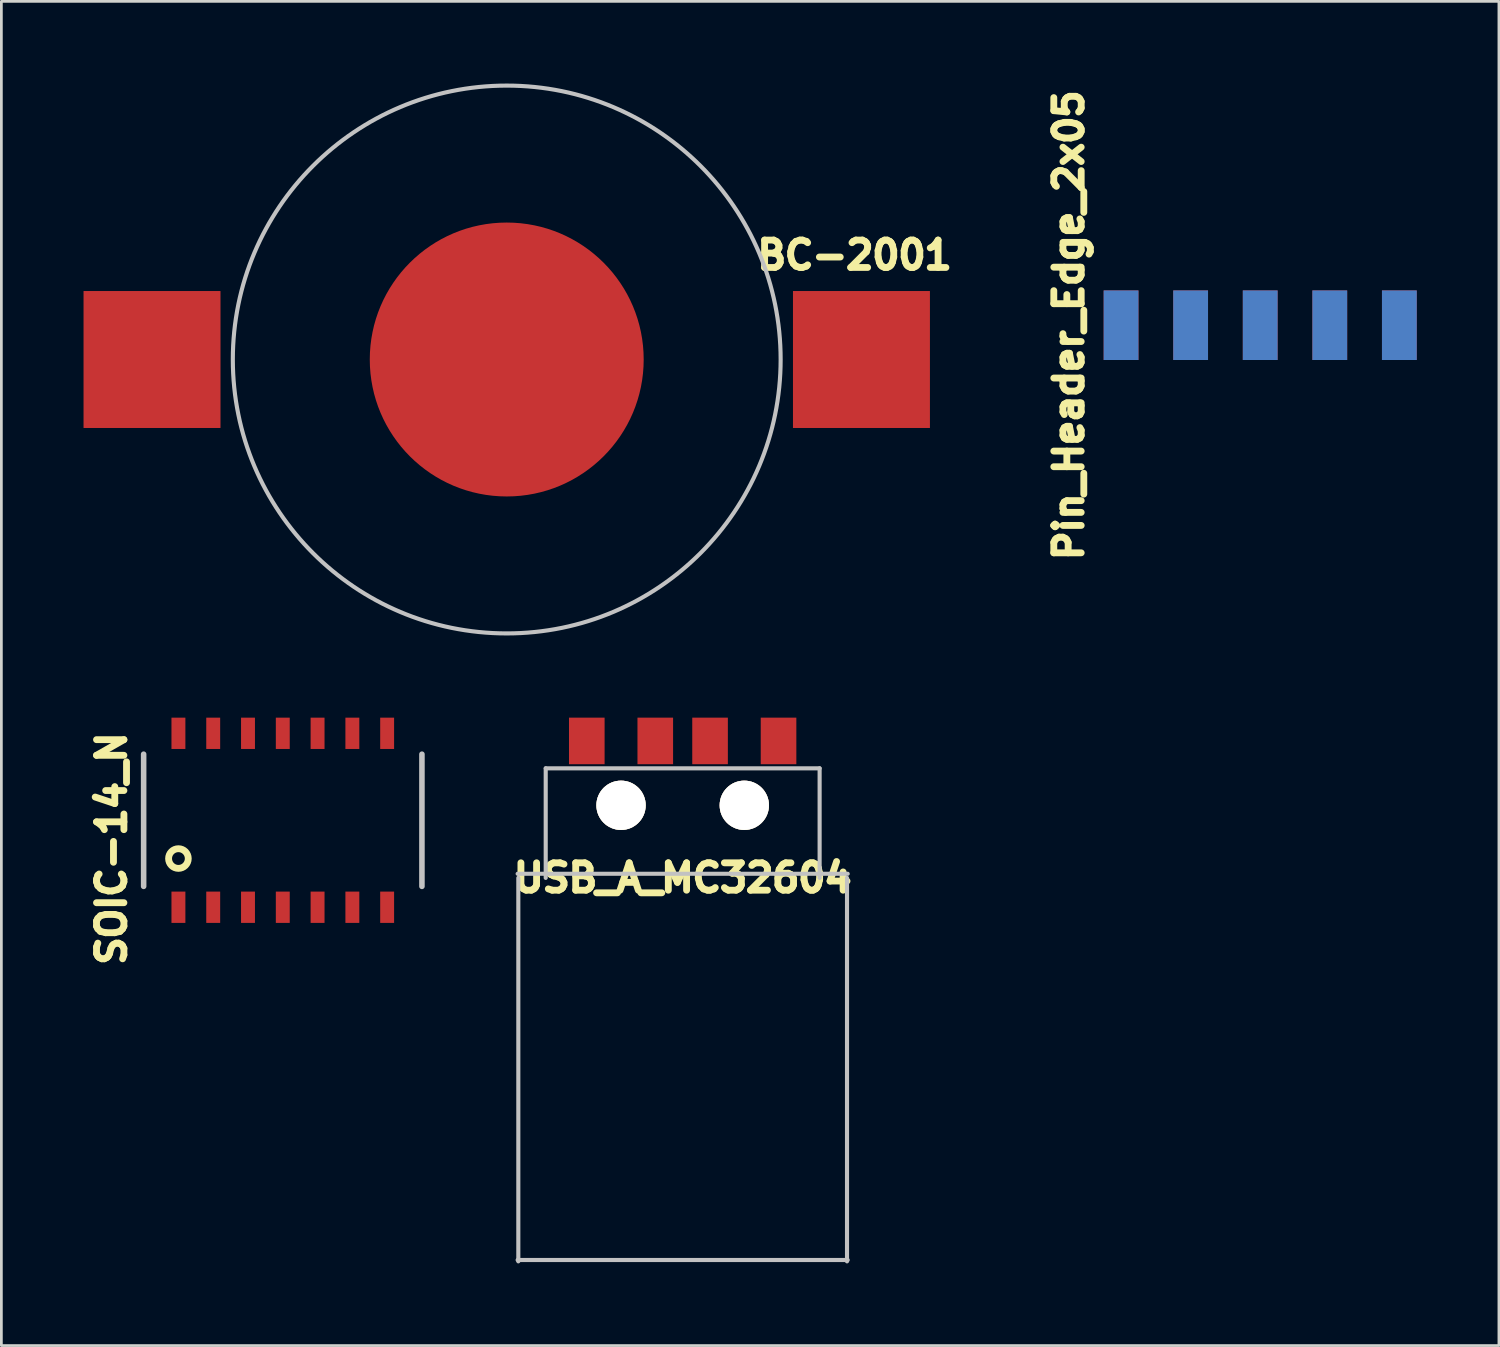
<source format=kicad_pcb>
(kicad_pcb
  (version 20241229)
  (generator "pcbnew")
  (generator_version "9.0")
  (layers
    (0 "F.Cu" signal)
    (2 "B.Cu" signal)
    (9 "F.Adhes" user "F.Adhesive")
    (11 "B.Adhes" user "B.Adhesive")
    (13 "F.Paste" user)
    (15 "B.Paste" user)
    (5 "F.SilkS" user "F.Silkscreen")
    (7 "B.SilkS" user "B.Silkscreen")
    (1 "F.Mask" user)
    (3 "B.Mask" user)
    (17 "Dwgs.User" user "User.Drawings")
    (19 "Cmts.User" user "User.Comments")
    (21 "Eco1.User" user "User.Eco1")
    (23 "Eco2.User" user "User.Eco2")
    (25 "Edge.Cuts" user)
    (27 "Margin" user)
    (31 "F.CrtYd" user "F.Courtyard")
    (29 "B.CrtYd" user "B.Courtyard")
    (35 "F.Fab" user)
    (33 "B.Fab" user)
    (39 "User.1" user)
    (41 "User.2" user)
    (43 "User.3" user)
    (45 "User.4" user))
  (footprint "SOIC-14_N"
    (layer "F.Cu")
    (at 7.274 26.77)
    (property "Reference" "SOIC-14_N" (at -6.25 1.16 90) (layer "F.SilkS") (effects (font (size 1 1) (thickness 0.25))))
    (attr smd)
    (fp_circle (center -3.81 1.524) (end -3.556 1.778) (stroke (width 0.25) (type solid)) (fill no) (layer "F.SilkS"))
    (fp_line (start -5.08 2.54) (end -5.08 -2.286) (stroke (width 0.203) (type solid)) (layer "Dwgs.User"))
    (fp_line (start 5.08 -2.286) (end 5.08 2.54) (stroke (width 0.203) (type solid)) (layer "Dwgs.User"))
    (pad "1" smd rect (at -3.81 3.302) (size 0.508 1.143) (layers "F.Cu" "F.Mask" "F.Paste"))
    (pad "2" smd rect (at -2.54 3.302) (size 0.508 1.143) (layers "F.Cu" "F.Mask" "F.Paste"))
    (pad "3" smd rect (at -1.27 3.302) (size 0.508 1.143) (layers "F.Cu" "F.Mask" "F.Paste"))
    (pad "4" smd rect (at 0 3.302) (size 0.508 1.143) (layers "F.Cu" "F.Mask" "F.Paste"))
    (pad "5" smd rect (at 1.27 3.302) (size 0.508 1.143) (layers "F.Cu" "F.Mask" "F.Paste"))
    (pad "6" smd rect (at 2.54 3.302) (size 0.508 1.143) (layers "F.Cu" "F.Mask" "F.Paste"))
    (pad "7" smd rect (at 3.81 3.302) (size 0.508 1.143) (layers "F.Cu" "F.Mask" "F.Paste"))
    (pad "8" smd rect (at 3.81 -3.048) (size 0.508 1.143) (layers "F.Cu" "F.Mask" "F.Paste"))
    (pad "9" smd rect (at 2.54 -3.048) (size 0.508 1.143) (layers "F.Cu" "F.Mask" "F.Paste"))
    (pad "10" smd rect (at 1.27 -3.048) (size 0.508 1.143) (layers "F.Cu" "F.Mask" "F.Paste"))
    (pad "11" smd rect (at 0 -3.048) (size 0.508 1.143) (layers "F.Cu" "F.Mask" "F.Paste"))
    (pad "12" smd rect (at -1.27 -3.048) (size 0.508 1.143) (layers "F.Cu" "F.Mask" "F.Paste"))
    (pad "13" smd rect (at -2.54 -3.048) (size 0.508 1.143) (layers "F.Cu" "F.Mask" "F.Paste"))
    (pad "14" smd rect (at -3.81 -3.048) (size 0.508 1.143) (layers "F.Cu" "F.Mask" "F.Paste")))
  (footprint "USB_A_MC32604"
    (layer "F.Cu")
    (at 21.873 24)
    (property "Reference" "USB_A_MC32604" (at 0 5 0) (layer "F.SilkS") (effects (font (size 1 1) (thickness 0.25))))
    (attr through_hole)
    (fp_line (start -6.025 4.85) (end 6.025 4.85) (stroke (width 0.15) (type solid)) (layer "Dwgs.User"))
    (fp_line (start -6.025 18.95) (end 6.025 18.95) (stroke (width 0.15) (type solid)) (layer "Dwgs.User"))
    (fp_line (start -6 5) (end -6 19) (stroke (width 0.15) (type solid)) (layer "Dwgs.User"))
    (fp_line (start -5 1) (end 5 1) (stroke (width 0.15) (type solid)) (layer "Dwgs.User"))
    (fp_line (start -5 5) (end -5 1) (stroke (width 0.15) (type solid)) (layer "Dwgs.User"))
    (fp_line (start 5 1) (end 5 5) (stroke (width 0.15) (type solid)) (layer "Dwgs.User"))
    (fp_line (start 6 19) (end 6 5) (stroke (width 0.15) (type solid)) (layer "Dwgs.User"))
    (pad "1" smd rect (at 3.5 0) (size 1.3 1.7) (layers "F.Cu" "F.Mask" "F.Paste"))
    (pad "2" smd rect (at 1 0) (size 1.3 1.7) (layers "F.Cu" "F.Mask" "F.Paste"))
    (pad "3" smd rect (at -1 0) (size 1.3 1.7) (layers "F.Cu" "F.Mask" "F.Paste"))
    (pad "4" smd rect (at -3.5 0) (size 1.3 1.7) (layers "F.Cu" "F.Mask" "F.Paste"))
    (pad "5" thru_hole circle (at -2.25 2.35) (size 1.8 1.8) (drill 1.8) (layers "*.Cu" "*.Mask" "F.SilkS"))
    (pad "6" thru_hole circle (at 2.25 2.35) (size 1.8 1.8) (drill 1.8) (layers "*.Cu" "*.Mask" "F.SilkS")))
  (footprint "Pin_Header_Edge_2x05"
    (layer "F.Cu")
    (at 42.958 8.823)
    (property "Reference" "Pin_Header_Edge_2x05" (at -6.985 0 270) (layer "F.SilkS") (effects (font (size 1 1) (thickness 0.25))))
    (attr through_hole)
    (pad "1" smd rect (at -5.08 0) (size 1.27 2.54) (layers "B.Cu" "B.Mask"))
    (pad "2" smd rect (at -5.08 0) (size 1.27 2.54) (layers "F.Cu" "F.Mask"))
    (pad "3" smd rect (at -2.54 0) (size 1.27 2.54) (layers "B.Cu" "B.Mask"))
    (pad "4" smd rect (at -2.54 0) (size 1.27 2.54) (layers "F.Cu" "F.Mask"))
    (pad "5" smd rect (at 0 0) (size 1.27 2.54) (layers "B.Cu" "B.Mask"))
    (pad "6" smd rect (at 0 0) (size 1.27 2.54) (layers "F.Cu" "F.Mask"))
    (pad "7" smd rect (at 2.54 0) (size 1.27 2.54) (layers "B.Cu" "B.Mask"))
    (pad "8" smd rect (at 2.54 0) (size 1.27 2.54) (layers "F.Cu" "F.Mask"))
    (pad "9" smd rect (at 5.08 0) (size 1.27 2.54) (layers "B.Cu" "B.Mask"))
    (pad "10" smd rect (at 5.08 0) (size 1.27 2.54) (layers "F.Cu" "F.Mask")))
  (footprint "BC-2001"
    (layer "F.Cu")
    (at 15.45 10.075)
    (property "Reference" "BC-2001" (at 12.7 -3.81 0) (layer "F.SilkS") (effects (font (size 1 1) (thickness 0.25))))
    (attr through_hole)
    (fp_circle (center 0 0) (end -10 0) (stroke (width 0.15) (type solid)) (fill no) (layer "Dwgs.User"))
    (pad "1" smd rect (at -12.95 0) (size 5 5) (layers "F.Cu" "F.Mask" "F.Paste"))
    (pad "1" smd rect (at 12.95 0) (size 5 5) (layers "F.Cu" "F.Mask" "F.Paste"))
    (pad "2" smd circle (at 0 0) (size 10 10) (layers "F.Cu" "F.Mask")))
  (gr_rect
    (start -3 -3)
    (end 51.673 46.075)
    (stroke (width 0.1) (type default))
    (fill no)
    (layer "Edge.Cuts")))
</source>
